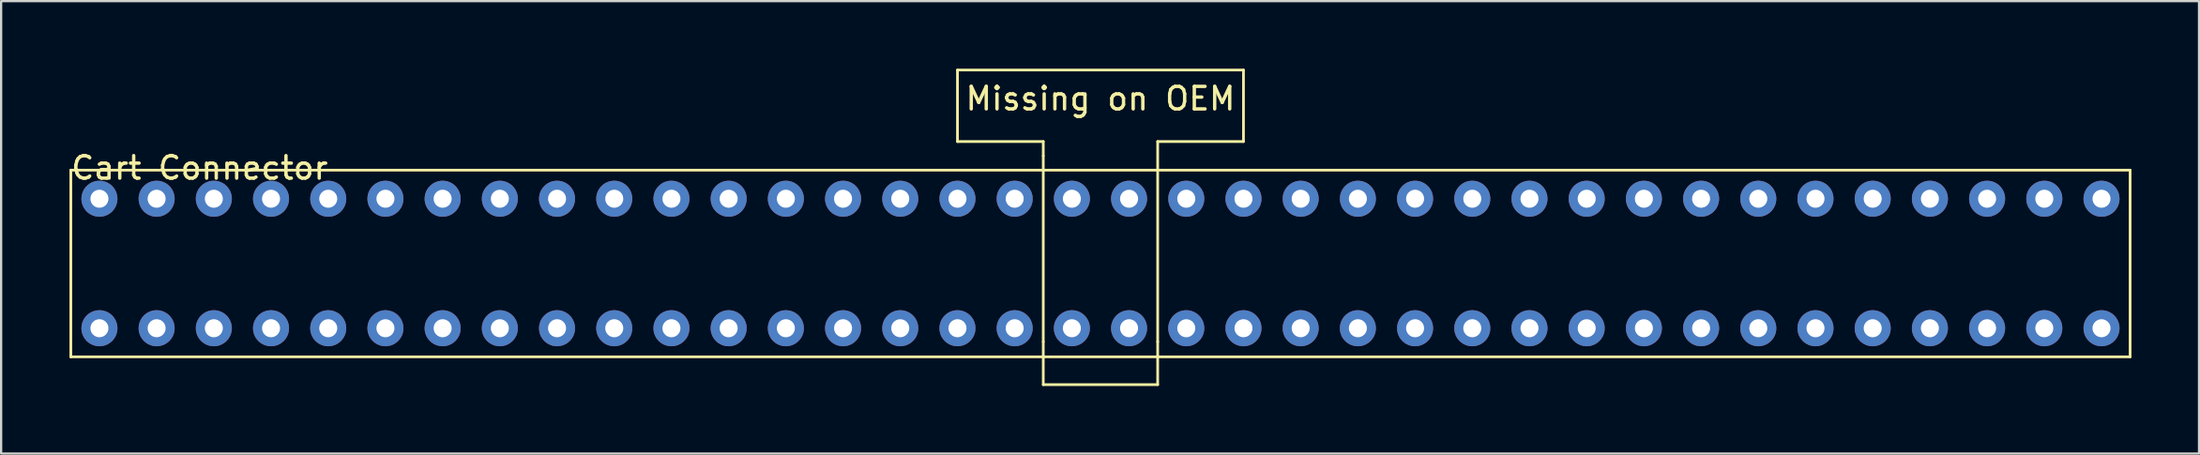
<source format=kicad_pcb>
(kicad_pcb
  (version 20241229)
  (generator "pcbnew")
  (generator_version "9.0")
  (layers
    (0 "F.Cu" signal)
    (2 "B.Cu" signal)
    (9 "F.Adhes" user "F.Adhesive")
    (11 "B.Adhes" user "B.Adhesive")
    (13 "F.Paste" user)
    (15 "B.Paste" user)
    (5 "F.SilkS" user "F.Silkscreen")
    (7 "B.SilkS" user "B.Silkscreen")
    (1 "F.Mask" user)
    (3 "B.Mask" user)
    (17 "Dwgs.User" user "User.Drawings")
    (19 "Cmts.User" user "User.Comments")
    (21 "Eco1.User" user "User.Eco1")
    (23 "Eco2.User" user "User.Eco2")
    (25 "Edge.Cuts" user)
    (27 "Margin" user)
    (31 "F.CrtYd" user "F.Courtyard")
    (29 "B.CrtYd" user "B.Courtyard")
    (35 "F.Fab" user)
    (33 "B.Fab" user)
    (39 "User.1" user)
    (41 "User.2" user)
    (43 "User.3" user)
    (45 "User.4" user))
  (footprint "Cart Connector"
    (layer "F.Cu")
    (at 1.365 5.775)
    (property "Reference" "Cart Connector" (at 4.45 -1.37 0) (layer "F.SilkS") (effects (font (size 1 1) (thickness 0.15))))
    (attr through_hole)
    (fp_line (start -1.27 -1.27) (end -1.27 7.02) (stroke (width 0.12) (type solid)) (layer "F.SilkS"))
    (fp_line (start -1.27 7.02) (end 90.17 7.02) (stroke (width 0.12) (type solid)) (layer "F.SilkS"))
    (fp_line (start 38.1 -5.715) (end 38.1 -2.54) (stroke (width 0.12) (type solid)) (layer "F.SilkS"))
    (fp_line (start 38.1 -2.54) (end 41.91 -2.54) (stroke (width 0.12) (type solid)) (layer "F.SilkS"))
    (fp_line (start 41.91 -1.905) (end 41.91 -2.54) (stroke (width 0.12) (type solid)) (layer "F.SilkS"))
    (fp_line (start 41.91 -1.27) (end 41.91 -1.905) (stroke (width 0.12) (type solid)) (layer "F.SilkS"))
    (fp_line (start 41.91 -1.27) (end 41.91 6.35) (stroke (width 0.12) (type solid)) (layer "F.SilkS"))
    (fp_line (start 41.91 6.35) (end 41.91 6.985) (stroke (width 0.12) (type solid)) (layer "F.SilkS"))
    (fp_line (start 41.91 6.985) (end 41.91 8.255) (stroke (width 0.12) (type solid)) (layer "F.SilkS"))
    (fp_line (start 41.91 8.255) (end 46.99 8.255) (stroke (width 0.12) (type solid)) (layer "F.SilkS"))
    (fp_line (start 46.99 -2.54) (end 46.99 -1.27) (stroke (width 0.12) (type solid)) (layer "F.SilkS"))
    (fp_line (start 46.99 -2.54) (end 50.8 -2.54) (stroke (width 0.12) (type solid)) (layer "F.SilkS"))
    (fp_line (start 46.99 6.35) (end 46.99 -1.27) (stroke (width 0.12) (type solid)) (layer "F.SilkS"))
    (fp_line (start 46.99 6.35) (end 46.99 6.985) (stroke (width 0.12) (type solid)) (layer "F.SilkS"))
    (fp_line (start 46.99 8.255) (end 46.99 6.985) (stroke (width 0.12) (type solid)) (layer "F.SilkS"))
    (fp_line (start 50.8 -5.715) (end 38.1 -5.715) (stroke (width 0.12) (type solid)) (layer "F.SilkS"))
    (fp_line (start 50.8 -2.54) (end 50.8 -5.715) (stroke (width 0.12) (type solid)) (layer "F.SilkS"))
    (fp_line (start 90.17 -1.27) (end -1.27 -1.27) (stroke (width 0.12) (type solid)) (layer "F.SilkS"))
    (fp_line (start 90.17 7.02) (end 90.17 -1.27) (stroke (width 0.12) (type solid)) (layer "F.SilkS"))
    (fp_text user "Missing on OEM" (at 44.45 -4.445 0) (layer "F.SilkS") (effects (font (size 1 1) (thickness 0.15))))
    (pad "1" thru_hole circle (at 0 0) (size 1.6 1.6) (drill 0.8) (layers "*.Cu" "*.Mask"))
    (pad "2" thru_hole circle (at 2.54 0) (size 1.6 1.6) (drill 0.8) (layers "*.Cu" "*.Mask"))
    (pad "3" thru_hole circle (at 5.08 0) (size 1.6 1.6) (drill 0.8) (layers "*.Cu" "*.Mask"))
    (pad "4" thru_hole circle (at 7.62 0) (size 1.6 1.6) (drill 0.8) (layers "*.Cu" "*.Mask"))
    (pad "5" thru_hole circle (at 10.16 0) (size 1.6 1.6) (drill 0.8) (layers "*.Cu" "*.Mask"))
    (pad "6" thru_hole circle (at 12.7 0) (size 1.6 1.6) (drill 0.8) (layers "*.Cu" "*.Mask"))
    (pad "7" thru_hole circle (at 15.24 0) (size 1.6 1.6) (drill 0.8) (layers "*.Cu" "*.Mask"))
    (pad "8" thru_hole circle (at 17.78 0) (size 1.6 1.6) (drill 0.8) (layers "*.Cu" "*.Mask"))
    (pad "9" thru_hole circle (at 20.32 0) (size 1.6 1.6) (drill 0.8) (layers "*.Cu" "*.Mask"))
    (pad "10" thru_hole circle (at 22.86 0) (size 1.6 1.6) (drill 0.8) (layers "*.Cu" "*.Mask"))
    (pad "11" thru_hole circle (at 25.4 0) (size 1.6 1.6) (drill 0.8) (layers "*.Cu" "*.Mask"))
    (pad "12" thru_hole circle (at 27.94 0) (size 1.6 1.6) (drill 0.8) (layers "*.Cu" "*.Mask"))
    (pad "13" thru_hole circle (at 30.48 0) (size 1.6 1.6) (drill 0.8) (layers "*.Cu" "*.Mask"))
    (pad "14" thru_hole circle (at 33.02 0) (size 1.6 1.6) (drill 0.8) (layers "*.Cu" "*.Mask"))
    (pad "15" thru_hole circle (at 35.56 0) (size 1.6 1.6) (drill 0.8) (layers "*.Cu" "*.Mask"))
    (pad "16" thru_hole circle (at 38.1 0) (size 1.6 1.6) (drill 0.8) (layers "*.Cu" "*.Mask"))
    (pad "17" thru_hole circle (at 40.64 0) (size 1.6 1.6) (drill 0.8) (layers "*.Cu" "*.Mask"))
    (pad "18" thru_hole circle (at 43.18 0) (size 1.6 1.6) (drill 0.8) (layers "*.Cu" "*.Mask"))
    (pad "19" thru_hole circle (at 45.72 0) (size 1.6 1.6) (drill 0.8) (layers "*.Cu" "*.Mask"))
    (pad "20" thru_hole circle (at 48.26 0) (size 1.6 1.6) (drill 0.8) (layers "*.Cu" "*.Mask"))
    (pad "21" thru_hole circle (at 50.8 0) (size 1.6 1.6) (drill 0.8) (layers "*.Cu" "*.Mask"))
    (pad "22" thru_hole circle (at 53.34 0) (size 1.6 1.6) (drill 0.8) (layers "*.Cu" "*.Mask"))
    (pad "23" thru_hole circle (at 55.88 0) (size 1.6 1.6) (drill 0.8) (layers "*.Cu" "*.Mask"))
    (pad "24" thru_hole circle (at 58.42 0) (size 1.6 1.6) (drill 0.8) (layers "*.Cu" "*.Mask"))
    (pad "25" thru_hole circle (at 60.96 0) (size 1.6 1.6) (drill 0.8) (layers "*.Cu" "*.Mask"))
    (pad "26" thru_hole circle (at 63.5 0) (size 1.6 1.6) (drill 0.8) (layers "*.Cu" "*.Mask"))
    (pad "27" thru_hole circle (at 66.04 0) (size 1.6 1.6) (drill 0.8) (layers "*.Cu" "*.Mask"))
    (pad "28" thru_hole circle (at 68.58 0) (size 1.6 1.6) (drill 0.8) (layers "*.Cu" "*.Mask"))
    (pad "29" thru_hole circle (at 71.12 0) (size 1.6 1.6) (drill 0.8) (layers "*.Cu" "*.Mask"))
    (pad "30" thru_hole circle (at 73.66 0) (size 1.6 1.6) (drill 0.8) (layers "*.Cu" "*.Mask"))
    (pad "31" thru_hole circle (at 76.2 0) (size 1.6 1.6) (drill 0.8) (layers "*.Cu" "*.Mask"))
    (pad "32" thru_hole circle (at 78.74 0) (size 1.6 1.6) (drill 0.8) (layers "*.Cu" "*.Mask"))
    (pad "33" thru_hole circle (at 81.28 0) (size 1.6 1.6) (drill 0.8) (layers "*.Cu" "*.Mask"))
    (pad "34" thru_hole circle (at 83.82 0) (size 1.6 1.6) (drill 0.8) (layers "*.Cu" "*.Mask"))
    (pad "35" thru_hole circle (at 86.36 0) (size 1.6 1.6) (drill 0.8) (layers "*.Cu" "*.Mask"))
    (pad "36" thru_hole circle (at 88.9 0) (size 1.6 1.6) (drill 0.8) (layers "*.Cu" "*.Mask"))
    (pad "37" thru_hole circle (at 0 5.75) (size 1.6 1.6) (drill 0.8) (layers "*.Cu" "*.Mask"))
    (pad "38" thru_hole circle (at 2.54 5.75) (size 1.6 1.6) (drill 0.8) (layers "*.Cu" "*.Mask"))
    (pad "39" thru_hole circle (at 5.08 5.75) (size 1.6 1.6) (drill 0.8) (layers "*.Cu" "*.Mask"))
    (pad "40" thru_hole circle (at 7.62 5.75) (size 1.6 1.6) (drill 0.8) (layers "*.Cu" "*.Mask"))
    (pad "41" thru_hole circle (at 10.16 5.75) (size 1.6 1.6) (drill 0.8) (layers "*.Cu" "*.Mask"))
    (pad "42" thru_hole circle (at 12.7 5.75) (size 1.6 1.6) (drill 0.8) (layers "*.Cu" "*.Mask"))
    (pad "43" thru_hole circle (at 15.24 5.75) (size 1.6 1.6) (drill 0.8) (layers "*.Cu" "*.Mask"))
    (pad "44" thru_hole circle (at 17.78 5.75) (size 1.6 1.6) (drill 0.8) (layers "*.Cu" "*.Mask"))
    (pad "45" thru_hole circle (at 20.32 5.75) (size 1.6 1.6) (drill 0.8) (layers "*.Cu" "*.Mask"))
    (pad "46" thru_hole circle (at 22.86 5.75) (size 1.6 1.6) (drill 0.8) (layers "*.Cu" "*.Mask"))
    (pad "47" thru_hole circle (at 25.4 5.75) (size 1.6 1.6) (drill 0.8) (layers "*.Cu" "*.Mask"))
    (pad "48" thru_hole circle (at 27.94 5.75) (size 1.6 1.6) (drill 0.8) (layers "*.Cu" "*.Mask"))
    (pad "49" thru_hole circle (at 30.48 5.75) (size 1.6 1.6) (drill 0.8) (layers "*.Cu" "*.Mask"))
    (pad "50" thru_hole circle (at 33.02 5.75) (size 1.6 1.6) (drill 0.8) (layers "*.Cu" "*.Mask"))
    (pad "51" thru_hole circle (at 35.56 5.75) (size 1.6 1.6) (drill 0.8) (layers "*.Cu" "*.Mask"))
    (pad "52" thru_hole circle (at 38.1 5.75) (size 1.6 1.6) (drill 0.8) (layers "*.Cu" "*.Mask"))
    (pad "53" thru_hole circle (at 40.64 5.75) (size 1.6 1.6) (drill 0.8) (layers "*.Cu" "*.Mask"))
    (pad "54" thru_hole circle (at 43.18 5.75) (size 1.6 1.6) (drill 0.8) (layers "*.Cu" "*.Mask"))
    (pad "55" thru_hole circle (at 45.72 5.75) (size 1.6 1.6) (drill 0.8) (layers "*.Cu" "*.Mask"))
    (pad "56" thru_hole circle (at 48.26 5.75) (size 1.6 1.6) (drill 0.8) (layers "*.Cu" "*.Mask"))
    (pad "57" thru_hole circle (at 50.8 5.75) (size 1.6 1.6) (drill 0.8) (layers "*.Cu" "*.Mask"))
    (pad "58" thru_hole circle (at 53.34 5.75) (size 1.6 1.6) (drill 0.8) (layers "*.Cu" "*.Mask"))
    (pad "59" thru_hole circle (at 55.88 5.75) (size 1.6 1.6) (drill 0.8) (layers "*.Cu" "*.Mask"))
    (pad "60" thru_hole circle (at 58.42 5.75) (size 1.6 1.6) (drill 0.8) (layers "*.Cu" "*.Mask"))
    (pad "61" thru_hole circle (at 60.96 5.75) (size 1.6 1.6) (drill 0.8) (layers "*.Cu" "*.Mask"))
    (pad "62" thru_hole circle (at 63.5 5.75) (size 1.6 1.6) (drill 0.8) (layers "*.Cu" "*.Mask"))
    (pad "63" thru_hole circle (at 66.04 5.75) (size 1.6 1.6) (drill 0.8) (layers "*.Cu" "*.Mask"))
    (pad "64" thru_hole circle (at 68.58 5.75) (size 1.6 1.6) (drill 0.8) (layers "*.Cu" "*.Mask"))
    (pad "65" thru_hole circle (at 71.12 5.75) (size 1.6 1.6) (drill 0.8) (layers "*.Cu" "*.Mask"))
    (pad "66" thru_hole circle (at 73.66 5.75) (size 1.6 1.6) (drill 0.8) (layers "*.Cu" "*.Mask"))
    (pad "67" thru_hole circle (at 76.2 5.75) (size 1.6 1.6) (drill 0.8) (layers "*.Cu" "*.Mask"))
    (pad "68" thru_hole circle (at 78.74 5.75) (size 1.6 1.6) (drill 0.8) (layers "*.Cu" "*.Mask"))
    (pad "69" thru_hole circle (at 81.28 5.75) (size 1.6 1.6) (drill 0.8) (layers "*.Cu" "*.Mask"))
    (pad "70" thru_hole circle (at 83.82 5.75) (size 1.6 1.6) (drill 0.8) (layers "*.Cu" "*.Mask"))
    (pad "71" thru_hole circle (at 86.36 5.75) (size 1.6 1.6) (drill 0.8) (layers "*.Cu" "*.Mask"))
    (pad "72" thru_hole circle (at 88.9 5.75) (size 1.6 1.6) (drill 0.8) (layers "*.Cu" "*.Mask")))
  (gr_rect
    (start -3 -3)
    (end 94.595 17.09)
    (stroke (width 0.1) (type default))
    (fill no)
    (layer "Edge.Cuts")))
</source>
